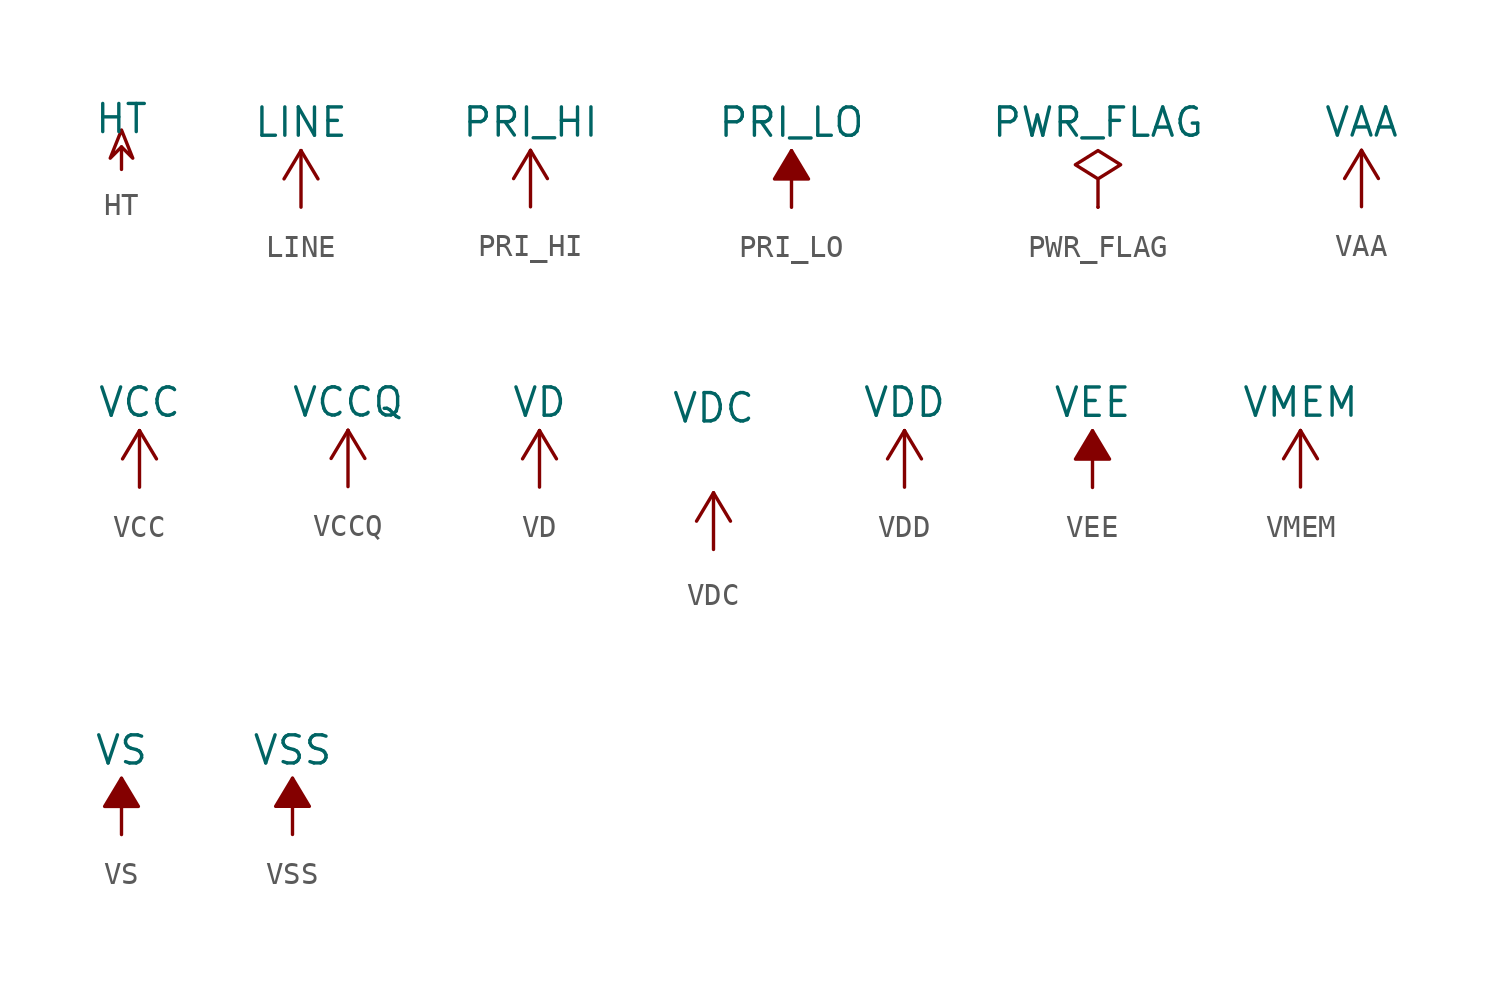
<source format=kicad_sym>
(kicad_symbol_lib
  (version 20211014)
  (generator kicad_symbol_editor)
  (symbol "HT"
    (power)
    (pin_names
      (offset 0))
    (property "Reference" "#PWR"
      (at 0 3.048 0)
      (effects (font (size 1.27 1.27)) hide))
    (property "Value" "HT"
      (at 0 2.286 0)
      (effects (font (size 1.27 1.27))))
    (symbol "HT_0_0"
      (pin power_in line (at 0 0 90) (length 0) hide (name "HT" (effects (font (size 1.27 1.27)))) (number "1" (effects (font (size 1.27 1.27))))))
    (symbol "HT_0_1"
      (polyline (pts (xy 0 0) (xy 0 1.016) (xy 0 1.016)) (stroke (width 0) (type default) (color 0 0 0 0)) (fill (type none)))
      (polyline (pts (xy 0 1.016) (xy 0.508 0.508) (xy 0 1.778) (xy -0.508 0.508) (xy 0 1.016) (xy 0 1.016)) (stroke (width 0) (type default) (color 0 0 0 0)) (fill (type none)))))
  (symbol "LINE"
    (power)
    (pin_names
      (offset 0))
    (property "Reference" "#PWR"
      (at 0 -3.81 0)
      (effects (font (size 1.27 1.27)) hide))
    (property "Value" "LINE"
      (at 0 3.81 0)
      (effects (font (size 1.27 1.27))))
    (symbol "LINE_0_1"
      (polyline (pts (xy -0.762 1.27) (xy 0 2.54)) (stroke (width 0) (type default) (color 0 0 0 0)) (fill (type none)))
      (polyline (pts (xy 0 0) (xy 0 2.54)) (stroke (width 0) (type default) (color 0 0 0 0)) (fill (type none)))
      (polyline (pts (xy 0 2.54) (xy 0.762 1.27)) (stroke (width 0) (type default) (color 0 0 0 0)) (fill (type none))))
    (symbol "LINE_1_1"
      (pin power_in line (at 0 0 90) (length 0) hide (name "LINE" (effects (font (size 1.27 1.27)))) (number "1" (effects (font (size 1.27 1.27)))))))
  (symbol "PRI_HI"
    (power)
    (pin_names
      (offset 0))
    (property "Reference" "#PWR"
      (at 0 -3.81 0)
      (effects (font (size 1.27 1.27)) hide))
    (property "Value" "PRI_HI"
      (at 0 3.81 0)
      (effects (font (size 1.27 1.27))))
    (symbol "PRI_HI_0_1"
      (polyline (pts (xy -0.762 1.27) (xy 0 2.54)) (stroke (width 0) (type default) (color 0 0 0 0)) (fill (type none)))
      (polyline (pts (xy 0 0) (xy 0 2.54)) (stroke (width 0) (type default) (color 0 0 0 0)) (fill (type none)))
      (polyline (pts (xy 0 2.54) (xy 0.762 1.27)) (stroke (width 0) (type default) (color 0 0 0 0)) (fill (type none))))
    (symbol "PRI_HI_1_1"
      (pin power_in line (at 0 0 90) (length 0) hide (name "PRI_HI" (effects (font (size 1.27 1.27)))) (number "1" (effects (font (size 1.27 1.27)))))))
  (symbol "PRI_LO"
    (power)
    (pin_names
      (offset 0))
    (property "Reference" "#PWR"
      (at 0 -3.81 0)
      (effects (font (size 1.27 1.27)) hide))
    (property "Value" "PRI_LO"
      (at 0 3.81 0)
      (effects (font (size 1.27 1.27))))
    (symbol "PRI_LO_0_1"
      (polyline (pts (xy 0 0) (xy 0 2.54)) (stroke (width 0) (type default) (color 0 0 0 0)) (fill (type none)))
      (polyline (pts (xy 0.762 1.27) (xy -0.762 1.27) (xy 0 2.54) (xy 0.762 1.27)) (stroke (width 0) (type default) (color 0 0 0 0)) (fill (type outline))))
    (symbol "PRI_LO_1_1"
      (pin power_in line (at 0 0 90) (length 0) hide (name "PRI_LO" (effects (font (size 1.27 1.27)))) (number "1" (effects (font (size 1.27 1.27)))))))
  (symbol "PWR_FLAG"
    (power)
    (pin_numbers hide)
    (pin_names
      (offset 0) hide)
    (property "Reference" "#FLG"
      (at 0 1.905 0)
      (effects (font (size 1.27 1.27)) hide))
    (property "Value" "PWR_FLAG"
      (at 0 3.81 0)
      (effects (font (size 1.27 1.27))))
    (symbol "PWR_FLAG_0_0"
      (pin power_out line (at 0 0 90) (length 0) (name "pwr" (effects (font (size 1.27 1.27)))) (number "1" (effects (font (size 1.27 1.27))))))
    (symbol "PWR_FLAG_0_1"
      (polyline (pts (xy 0 0) (xy 0 1.27) (xy -1.016 1.905) (xy 0 2.54) (xy 1.016 1.905) (xy 0 1.27)) (stroke (width 0) (type default) (color 0 0 0 0)) (fill (type none)))))
  (symbol "VAA"
    (power)
    (pin_names
      (offset 0))
    (property "Reference" "#PWR"
      (at 0 -3.81 0)
      (effects (font (size 1.27 1.27)) hide))
    (property "Value" "VAA"
      (at 0 3.81 0)
      (effects (font (size 1.27 1.27))))
    (symbol "VAA_0_1"
      (polyline (pts (xy -0.762 1.27) (xy 0 2.54)) (stroke (width 0) (type default) (color 0 0 0 0)) (fill (type none)))
      (polyline (pts (xy 0 0) (xy 0 2.54)) (stroke (width 0) (type default) (color 0 0 0 0)) (fill (type none)))
      (polyline (pts (xy 0 2.54) (xy 0.762 1.27)) (stroke (width 0) (type default) (color 0 0 0 0)) (fill (type none))))
    (symbol "VAA_1_1"
      (pin power_in line (at 0 0 90) (length 0) hide (name "VAA" (effects (font (size 1.27 1.27)))) (number "1" (effects (font (size 1.27 1.27)))))))
  (symbol "VCC"
    (power)
    (pin_names
      (offset 0))
    (property "Reference" "#PWR"
      (at 0 -3.81 0)
      (effects (font (size 1.27 1.27)) hide))
    (property "Value" "VCC"
      (at 0 3.81 0)
      (effects (font (size 1.27 1.27))))
    (symbol "VCC_0_1"
      (polyline (pts (xy -0.762 1.27) (xy 0 2.54)) (stroke (width 0) (type default) (color 0 0 0 0)) (fill (type none)))
      (polyline (pts (xy 0 0) (xy 0 2.54)) (stroke (width 0) (type default) (color 0 0 0 0)) (fill (type none)))
      (polyline (pts (xy 0 2.54) (xy 0.762 1.27)) (stroke (width 0) (type default) (color 0 0 0 0)) (fill (type none))))
    (symbol "VCC_1_1"
      (pin power_in line (at 0 0 90) (length 0) hide (name "VCC" (effects (font (size 1.27 1.27)))) (number "1" (effects (font (size 1.27 1.27)))))))
  (symbol "VCCQ"
    (power)
    (pin_names
      (offset 0))
    (property "Reference" "#PWR"
      (at 0 -3.81 0)
      (effects (font (size 1.27 1.27)) hide))
    (property "Value" "VCCQ"
      (at 0 3.81 0)
      (effects (font (size 1.27 1.27))))
    (symbol "VCCQ_0_1"
      (polyline (pts (xy -0.762 1.27) (xy 0 2.54)) (stroke (width 0) (type default) (color 0 0 0 0)) (fill (type none)))
      (polyline (pts (xy 0 0) (xy 0 2.54)) (stroke (width 0) (type default) (color 0 0 0 0)) (fill (type none)))
      (polyline (pts (xy 0 2.54) (xy 0.762 1.27)) (stroke (width 0) (type default) (color 0 0 0 0)) (fill (type none))))
    (symbol "VCCQ_1_1"
      (pin power_in line (at 0 0 90) (length 0) hide (name "VCCQ" (effects (font (size 1.27 1.27)))) (number "1" (effects (font (size 1.27 1.27)))))))
  (symbol "VD"
    (power)
    (pin_names
      (offset 0))
    (property "Reference" "#PWR"
      (at 0 -3.81 0)
      (effects (font (size 1.27 1.27)) hide))
    (property "Value" "VD"
      (at 0 3.81 0)
      (effects (font (size 1.27 1.27))))
    (symbol "VD_0_1"
      (polyline (pts (xy -0.762 1.27) (xy 0 2.54)) (stroke (width 0) (type default) (color 0 0 0 0)) (fill (type none)))
      (polyline (pts (xy 0 0) (xy 0 2.54)) (stroke (width 0) (type default) (color 0 0 0 0)) (fill (type none)))
      (polyline (pts (xy 0 2.54) (xy 0.762 1.27)) (stroke (width 0) (type default) (color 0 0 0 0)) (fill (type none))))
    (symbol "VD_1_1"
      (pin power_in line (at 0 0 90) (length 0) hide (name "VD" (effects (font (size 1.27 1.27)))) (number "1" (effects (font (size 1.27 1.27)))))))
  (symbol "VDC"
    (power)
    (pin_names
      (offset 0))
    (property "Reference" "#PWR"
      (at 0 -2.54 0)
      (effects (font (size 1.27 1.27)) hide))
    (property "Value" "VDC"
      (at 0 6.35 0)
      (effects (font (size 1.27 1.27))))
    (symbol "VDC_0_1"
      (polyline (pts (xy -0.762 1.27) (xy 0 2.54)) (stroke (width 0) (type default) (color 0 0 0 0)) (fill (type none)))
      (polyline (pts (xy 0 0) (xy 0 2.54)) (stroke (width 0) (type default) (color 0 0 0 0)) (fill (type none)))
      (polyline (pts (xy 0 2.54) (xy 0.762 1.27)) (stroke (width 0) (type default) (color 0 0 0 0)) (fill (type none))))
    (symbol "VDC_1_1"
      (pin power_in line (at 0 0 90) (length 0) hide (name "VDC" (effects (font (size 1.27 1.27)))) (number "1" (effects (font (size 1.27 1.27)))))))
  (symbol "VDD"
    (power)
    (pin_names
      (offset 0))
    (property "Reference" "#PWR"
      (at 0 -3.81 0)
      (effects (font (size 1.27 1.27)) hide))
    (property "Value" "VDD"
      (at 0 3.81 0)
      (effects (font (size 1.27 1.27))))
    (symbol "VDD_0_1"
      (polyline (pts (xy -0.762 1.27) (xy 0 2.54)) (stroke (width 0) (type default) (color 0 0 0 0)) (fill (type none)))
      (polyline (pts (xy 0 0) (xy 0 2.54)) (stroke (width 0) (type default) (color 0 0 0 0)) (fill (type none)))
      (polyline (pts (xy 0 2.54) (xy 0.762 1.27)) (stroke (width 0) (type default) (color 0 0 0 0)) (fill (type none))))
    (symbol "VDD_1_1"
      (pin power_in line (at 0 0 90) (length 0) hide (name "VDD" (effects (font (size 1.27 1.27)))) (number "1" (effects (font (size 1.27 1.27)))))))
  (symbol "VEE"
    (power)
    (pin_names
      (offset 0))
    (property "Reference" "#PWR"
      (at 0 -3.81 0)
      (effects (font (size 1.27 1.27)) hide))
    (property "Value" "VEE"
      (at 0 3.81 0)
      (effects (font (size 1.27 1.27))))
    (symbol "VEE_0_1"
      (polyline (pts (xy 0 0) (xy 0 2.54)) (stroke (width 0) (type default) (color 0 0 0 0)) (fill (type none)))
      (polyline (pts (xy 0.762 1.27) (xy -0.762 1.27) (xy 0 2.54) (xy 0.762 1.27)) (stroke (width 0) (type default) (color 0 0 0 0)) (fill (type outline))))
    (symbol "VEE_1_1"
      (pin power_in line (at 0 0 90) (length 0) hide (name "VEE" (effects (font (size 1.27 1.27)))) (number "1" (effects (font (size 1.27 1.27)))))))
  (symbol "VMEM"
    (power)
    (pin_names
      (offset 0))
    (property "Reference" "#PWR"
      (at 0 -3.81 0)
      (effects (font (size 1.27 1.27)) hide))
    (property "Value" "VMEM"
      (at 0 3.81 0)
      (effects (font (size 1.27 1.27))))
    (symbol "VMEM_0_1"
      (polyline (pts (xy -0.762 1.27) (xy 0 2.54)) (stroke (width 0) (type default) (color 0 0 0 0)) (fill (type none)))
      (polyline (pts (xy 0 0) (xy 0 2.54)) (stroke (width 0) (type default) (color 0 0 0 0)) (fill (type none)))
      (polyline (pts (xy 0 2.54) (xy 0.762 1.27)) (stroke (width 0) (type default) (color 0 0 0 0)) (fill (type none))))
    (symbol "VMEM_1_1"
      (pin power_in line (at 0 0 90) (length 0) hide (name "VMEM" (effects (font (size 1.27 1.27)))) (number "1" (effects (font (size 1.27 1.27)))))))
  (symbol "VS"
    (power)
    (pin_names
      (offset 0))
    (property "Reference" "#PWR"
      (at -5.08 -3.81 0)
      (effects (font (size 1.27 1.27)) hide))
    (property "Value" "VS"
      (at 0 3.81 0)
      (effects (font (size 1.27 1.27))))
    (symbol "VS_0_1"
      (polyline (pts (xy 0 0) (xy 0 2.54)) (stroke (width 0) (type default) (color 0 0 0 0)) (fill (type none)))
      (polyline (pts (xy 0.762 1.27) (xy -0.762 1.27) (xy 0 2.54) (xy 0.762 1.27)) (stroke (width 0) (type default) (color 0 0 0 0)) (fill (type outline))))
    (symbol "VS_1_1"
      (pin power_in line (at 0 0 90) (length 0) hide (name "VS" (effects (font (size 1.27 1.27)))) (number "1" (effects (font (size 1.27 1.27)))))))
  (symbol "VSS"
    (power)
    (pin_names
      (offset 0))
    (property "Reference" "#PWR"
      (at 0 -3.81 0)
      (effects (font (size 1.27 1.27)) hide))
    (property "Value" "VSS"
      (at 0 3.81 0)
      (effects (font (size 1.27 1.27))))
    (symbol "VSS_0_1"
      (polyline (pts (xy 0 0) (xy 0 2.54)) (stroke (width 0) (type default) (color 0 0 0 0)) (fill (type none)))
      (polyline (pts (xy 0.762 1.27) (xy -0.762 1.27) (xy 0 2.54) (xy 0.762 1.27)) (stroke (width 0) (type default) (color 0 0 0 0)) (fill (type outline))))
    (symbol "VSS_1_1"
      (pin power_in line (at 0 0 90) (length 0) hide (name "VSS" (effects (font (size 1.27 1.27)))) (number "1" (effects (font (size 1.27 1.27))))))))
</source>
